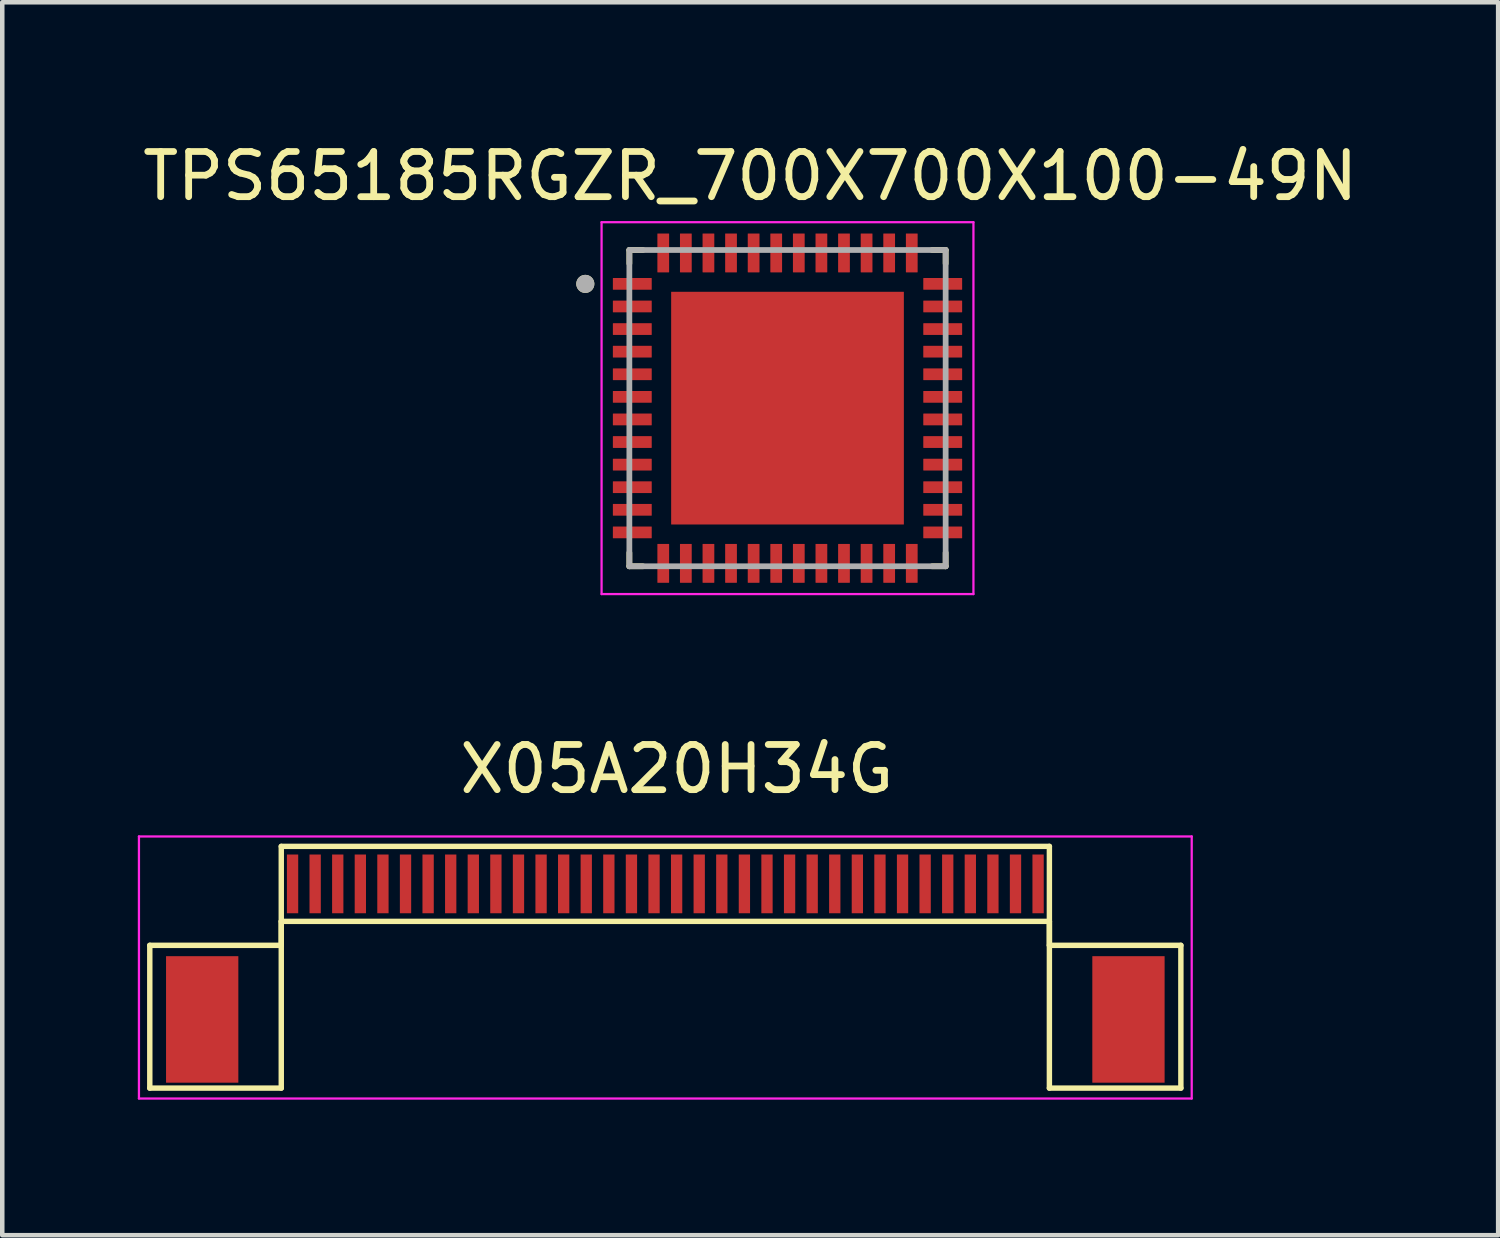
<source format=kicad_pcb>
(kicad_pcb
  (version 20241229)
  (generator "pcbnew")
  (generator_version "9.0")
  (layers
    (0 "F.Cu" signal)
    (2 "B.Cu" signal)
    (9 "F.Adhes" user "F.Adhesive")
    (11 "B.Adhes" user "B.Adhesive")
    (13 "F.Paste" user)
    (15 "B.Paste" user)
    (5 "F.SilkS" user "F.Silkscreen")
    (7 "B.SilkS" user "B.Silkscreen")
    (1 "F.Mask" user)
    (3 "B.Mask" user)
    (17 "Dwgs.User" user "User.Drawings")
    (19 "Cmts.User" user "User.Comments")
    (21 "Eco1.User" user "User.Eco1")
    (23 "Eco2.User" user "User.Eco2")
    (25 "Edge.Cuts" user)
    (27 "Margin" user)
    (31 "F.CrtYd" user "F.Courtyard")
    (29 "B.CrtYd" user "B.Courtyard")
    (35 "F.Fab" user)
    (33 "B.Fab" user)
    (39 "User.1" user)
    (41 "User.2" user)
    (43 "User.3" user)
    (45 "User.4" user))
  (footprint "X05A20H34G"
    (layer "F.Cu")
    (at 11.675 16.512)
    (property "Reference" "X05A20H34G" (at 0.254 -2.54 0) (layer "F.SilkS") (effects (font (size 1 1) (thickness 0.15))))
    (attr smd)
    (fp_line (start -11.41 1.36) (end -8.5 1.36) (stroke (width 0.12) (type solid)) (layer "F.SilkS"))
    (fp_line (start -11.41 4.52) (end -11.41 1.36) (stroke (width 0.12) (type solid)) (layer "F.SilkS"))
    (fp_line (start -8.5 -0.83) (end 8.5 -0.83) (stroke (width 0.12) (type solid)) (layer "F.SilkS"))
    (fp_line (start -8.5 0.83) (end -8.5 4.52) (stroke (width 0.12) (type solid)) (layer "F.SilkS"))
    (fp_line (start -8.5 0.83) (end 8.5 0.83) (stroke (width 0.12) (type solid)) (layer "F.SilkS"))
    (fp_line (start -8.5 1.36) (end -8.5 -0.83) (stroke (width 0.12) (type solid)) (layer "F.SilkS"))
    (fp_line (start -8.5 4.52) (end -11.41 4.52) (stroke (width 0.12) (type solid)) (layer "F.SilkS"))
    (fp_line (start 8.5 0.83) (end 8.5 4.52) (stroke (width 0.12) (type solid)) (layer "F.SilkS"))
    (fp_line (start 8.5 1.36) (end 8.5 -0.83) (stroke (width 0.12) (type solid)) (layer "F.SilkS"))
    (fp_line (start 8.5 4.52) (end 11.41 4.52) (stroke (width 0.12) (type solid)) (layer "F.SilkS"))
    (fp_line (start 11.41 1.36) (end 8.5 1.36) (stroke (width 0.12) (type solid)) (layer "F.SilkS"))
    (fp_line (start 11.41 4.52) (end 11.41 1.36) (stroke (width 0.12) (type solid)) (layer "F.SilkS"))
    (fp_line (start -11.65 -1.05) (end -11.65 4.75) (stroke (width 0.05) (type solid)) (layer "F.CrtYd"))
    (fp_line (start -11.65 -1.05) (end 11.65 -1.05) (stroke (width 0.05) (type solid)) (layer "F.CrtYd"))
    (fp_line (start -11.65 4.75) (end 11.65 4.75) (stroke (width 0.05) (type solid)) (layer "F.CrtYd"))
    (fp_line (start 11.65 -1.05) (end 11.65 4.75) (stroke (width 0.05) (type solid)) (layer "F.CrtYd"))
    (pad "0" smd rect (at -10.25 3) (size 1.6 2.8) (layers "F.Cu" "F.Mask" "F.Paste"))
    (pad "0" smd rect (at 10.25 3) (size 1.6 2.8) (layers "F.Cu" "F.Mask" "F.Paste"))
    (pad "1" smd rect (at -8.25 0) (size 0.25 1.3) (layers "F.Cu" "F.Mask" "F.Paste"))
    (pad "2" smd rect (at -7.75 0) (size 0.25 1.3) (layers "F.Cu" "F.Mask" "F.Paste"))
    (pad "3" smd rect (at -7.25 0) (size 0.25 1.3) (layers "F.Cu" "F.Mask" "F.Paste"))
    (pad "4" smd rect (at -6.75 0) (size 0.25 1.3) (layers "F.Cu" "F.Mask" "F.Paste"))
    (pad "5" smd rect (at -6.25 0) (size 0.25 1.3) (layers "F.Cu" "F.Mask" "F.Paste"))
    (pad "6" smd rect (at -5.75 0) (size 0.25 1.3) (layers "F.Cu" "F.Mask" "F.Paste"))
    (pad "7" smd rect (at -5.25 0) (size 0.25 1.3) (layers "F.Cu" "F.Mask" "F.Paste"))
    (pad "8" smd rect (at -4.75 0) (size 0.25 1.3) (layers "F.Cu" "F.Mask" "F.Paste"))
    (pad "9" smd rect (at -4.25 0) (size 0.25 1.3) (layers "F.Cu" "F.Mask" "F.Paste"))
    (pad "10" smd rect (at -3.75 0) (size 0.25 1.3) (layers "F.Cu" "F.Mask" "F.Paste"))
    (pad "11" smd rect (at -3.25 0) (size 0.25 1.3) (layers "F.Cu" "F.Mask" "F.Paste"))
    (pad "12" smd rect (at -2.75 0) (size 0.25 1.3) (layers "F.Cu" "F.Mask" "F.Paste"))
    (pad "13" smd rect (at -2.25 0) (size 0.25 1.3) (layers "F.Cu" "F.Mask" "F.Paste"))
    (pad "14" smd rect (at -1.75 0) (size 0.25 1.3) (layers "F.Cu" "F.Mask" "F.Paste"))
    (pad "15" smd rect (at -1.25 0) (size 0.25 1.3) (layers "F.Cu" "F.Mask" "F.Paste"))
    (pad "16" smd rect (at -0.75 0) (size 0.25 1.3) (layers "F.Cu" "F.Mask" "F.Paste"))
    (pad "17" smd rect (at -0.25 0) (size 0.25 1.3) (layers "F.Cu" "F.Mask" "F.Paste"))
    (pad "18" smd rect (at 0.25 0) (size 0.25 1.3) (layers "F.Cu" "F.Mask" "F.Paste"))
    (pad "19" smd rect (at 0.75 0) (size 0.25 1.3) (layers "F.Cu" "F.Mask" "F.Paste"))
    (pad "20" smd rect (at 1.25 0) (size 0.25 1.3) (layers "F.Cu" "F.Mask" "F.Paste"))
    (pad "21" smd rect (at 1.75 0) (size 0.25 1.3) (layers "F.Cu" "F.Mask" "F.Paste"))
    (pad "22" smd rect (at 2.25 0) (size 0.25 1.3) (layers "F.Cu" "F.Mask" "F.Paste"))
    (pad "23" smd rect (at 2.75 0) (size 0.25 1.3) (layers "F.Cu" "F.Mask" "F.Paste"))
    (pad "24" smd rect (at 3.25 0) (size 0.25 1.3) (layers "F.Cu" "F.Mask" "F.Paste"))
    (pad "25" smd rect (at 3.75 0) (size 0.25 1.3) (layers "F.Cu" "F.Mask" "F.Paste"))
    (pad "26" smd rect (at 4.25 0) (size 0.25 1.3) (layers "F.Cu" "F.Mask" "F.Paste"))
    (pad "27" smd rect (at 4.75 0) (size 0.25 1.3) (layers "F.Cu" "F.Mask" "F.Paste"))
    (pad "28" smd rect (at 5.25 0) (size 0.25 1.3) (layers "F.Cu" "F.Mask" "F.Paste"))
    (pad "29" smd rect (at 5.75 0) (size 0.25 1.3) (layers "F.Cu" "F.Mask" "F.Paste"))
    (pad "30" smd rect (at 6.25 0) (size 0.25 1.3) (layers "F.Cu" "F.Mask" "F.Paste"))
    (pad "31" smd rect (at 6.75 0) (size 0.25 1.3) (layers "F.Cu" "F.Mask" "F.Paste"))
    (pad "32" smd rect (at 7.25 0) (size 0.25 1.3) (layers "F.Cu" "F.Mask" "F.Paste"))
    (pad "33" smd rect (at 7.75 0) (size 0.25 1.3) (layers "F.Cu" "F.Mask" "F.Paste"))
    (pad "34" smd rect (at 8.25 0) (size 0.25 1.3) (layers "F.Cu" "F.Mask" "F.Paste")))
  (footprint "TPS65185RGZR_700X700X100-49N"
    (layer "F.Cu")
    (at 14.379 5.983)
    (property "Reference" "TPS65185RGZR_700X700X100-49N" (at -0.825 -5.135 0) (layer "F.SilkS") (effects (font (size 1 1) (thickness 0.15))))
    (attr through_hole)
    (fp_line (start -3.5 -3.5) (end -3.5 -3.2) (stroke (width 0.127) (type solid)) (layer "F.SilkS"))
    (fp_line (start -3.5 -3.5) (end -3.2 -3.5) (stroke (width 0.127) (type solid)) (layer "F.SilkS"))
    (fp_line (start -3.5 3.5) (end -3.5 3.2) (stroke (width 0.127) (type solid)) (layer "F.SilkS"))
    (fp_line (start -3.5 3.5) (end -3.2 3.5) (stroke (width 0.127) (type solid)) (layer "F.SilkS"))
    (fp_line (start 3.5 -3.5) (end 3.2 -3.5) (stroke (width 0.127) (type solid)) (layer "F.SilkS"))
    (fp_line (start 3.5 -3.5) (end 3.5 -3.2) (stroke (width 0.127) (type solid)) (layer "F.SilkS"))
    (fp_line (start 3.5 3.5) (end 3.2 3.5) (stroke (width 0.127) (type solid)) (layer "F.SilkS"))
    (fp_line (start 3.5 3.5) (end 3.5 3.2) (stroke (width 0.127) (type solid)) (layer "F.SilkS"))
    (fp_circle (center -4.475 -2.75) (end -4.375 -2.75) (stroke (width 0.2) (type solid)) (fill no) (layer "F.SilkS"))
    (fp_poly (pts (xy -2.1 -2.1) (xy -0.48 -2.1) (xy -0.48 -0.48) (xy -2.1 -0.48)) (stroke (width 0.01) (type solid)) (fill yes) (layer "F.Paste"))
    (fp_poly (pts (xy -2.1 0.48) (xy -0.48 0.48) (xy -0.48 2.1) (xy -2.1 2.1)) (stroke (width 0.01) (type solid)) (fill yes) (layer "F.Paste"))
    (fp_poly (pts (xy 0.48 -2.1) (xy 2.1 -2.1) (xy 2.1 -0.48) (xy 0.48 -0.48)) (stroke (width 0.01) (type solid)) (fill yes) (layer "F.Paste"))
    (fp_poly (pts (xy 0.48 0.48) (xy 2.1 0.48) (xy 2.1 2.1) (xy 0.48 2.1)) (stroke (width 0.01) (type solid)) (fill yes) (layer "F.Paste"))
    (fp_line (start -4.115 -4.115) (end 4.115 -4.115) (stroke (width 0.05) (type solid)) (layer "F.CrtYd"))
    (fp_line (start -4.115 4.115) (end -4.115 -4.115) (stroke (width 0.05) (type solid)) (layer "F.CrtYd"))
    (fp_line (start -4.115 4.115) (end 4.115 4.115) (stroke (width 0.05) (type solid)) (layer "F.CrtYd"))
    (fp_line (start 4.115 4.115) (end 4.115 -4.115) (stroke (width 0.05) (type solid)) (layer "F.CrtYd"))
    (fp_line (start -3.5 3.5) (end -3.5 -3.5) (stroke (width 0.127) (type solid)) (layer "F.Fab"))
    (fp_line (start 3.5 -3.5) (end -3.5 -3.5) (stroke (width 0.127) (type solid)) (layer "F.Fab"))
    (fp_line (start 3.5 3.5) (end -3.5 3.5) (stroke (width 0.127) (type solid)) (layer "F.Fab"))
    (fp_line (start 3.5 3.5) (end 3.5 -3.5) (stroke (width 0.127) (type solid)) (layer "F.Fab"))
    (fp_circle (center -4.475 -2.75) (end -4.375 -2.75) (stroke (width 0.2) (type solid)) (fill no) (layer "F.Fab"))
    (pad "1" smd roundrect (at -3.435 -2.75) (size 0.86 0.26) (layers "F.Cu" "F.Mask" "F.Paste") (roundrect_rratio 0.03))
    (pad "2" smd roundrect (at -3.435 -2.25) (size 0.86 0.26) (layers "F.Cu" "F.Mask" "F.Paste") (roundrect_rratio 0.03))
    (pad "3" smd roundrect (at -3.435 -1.75) (size 0.86 0.26) (layers "F.Cu" "F.Mask" "F.Paste") (roundrect_rratio 0.03))
    (pad "4" smd roundrect (at -3.435 -1.25) (size 0.86 0.26) (layers "F.Cu" "F.Mask" "F.Paste") (roundrect_rratio 0.03))
    (pad "5" smd roundrect (at -3.435 -0.75) (size 0.86 0.26) (layers "F.Cu" "F.Mask" "F.Paste") (roundrect_rratio 0.03))
    (pad "6" smd roundrect (at -3.435 -0.25) (size 0.86 0.26) (layers "F.Cu" "F.Mask" "F.Paste") (roundrect_rratio 0.03))
    (pad "7" smd roundrect (at -3.435 0.25) (size 0.86 0.26) (layers "F.Cu" "F.Mask" "F.Paste") (roundrect_rratio 0.03))
    (pad "8" smd roundrect (at -3.435 0.75) (size 0.86 0.26) (layers "F.Cu" "F.Mask" "F.Paste") (roundrect_rratio 0.03))
    (pad "9" smd roundrect (at -3.435 1.25) (size 0.86 0.26) (layers "F.Cu" "F.Mask" "F.Paste") (roundrect_rratio 0.03))
    (pad "10" smd roundrect (at -3.435 1.75) (size 0.86 0.26) (layers "F.Cu" "F.Mask" "F.Paste") (roundrect_rratio 0.03))
    (pad "11" smd roundrect (at -3.435 2.25) (size 0.86 0.26) (layers "F.Cu" "F.Mask" "F.Paste") (roundrect_rratio 0.03))
    (pad "12" smd roundrect (at -3.435 2.75) (size 0.86 0.26) (layers "F.Cu" "F.Mask" "F.Paste") (roundrect_rratio 0.03))
    (pad "13" smd roundrect (at -2.75 3.435 90) (size 0.86 0.26) (layers "F.Cu" "F.Mask" "F.Paste") (roundrect_rratio 0.03))
    (pad "14" smd roundrect (at -2.25 3.435 90) (size 0.86 0.26) (layers "F.Cu" "F.Mask" "F.Paste") (roundrect_rratio 0.03))
    (pad "15" smd roundrect (at -1.75 3.435 90) (size 0.86 0.26) (layers "F.Cu" "F.Mask" "F.Paste") (roundrect_rratio 0.03))
    (pad "16" smd roundrect (at -1.25 3.435 90) (size 0.86 0.26) (layers "F.Cu" "F.Mask" "F.Paste") (roundrect_rratio 0.03))
    (pad "17" smd roundrect (at -0.75 3.435 90) (size 0.86 0.26) (layers "F.Cu" "F.Mask" "F.Paste") (roundrect_rratio 0.03))
    (pad "18" smd roundrect (at -0.25 3.435 90) (size 0.86 0.26) (layers "F.Cu" "F.Mask" "F.Paste") (roundrect_rratio 0.03))
    (pad "19" smd roundrect (at 0.25 3.435 90) (size 0.86 0.26) (layers "F.Cu" "F.Mask" "F.Paste") (roundrect_rratio 0.03))
    (pad "20" smd roundrect (at 0.75 3.435 90) (size 0.86 0.26) (layers "F.Cu" "F.Mask" "F.Paste") (roundrect_rratio 0.03))
    (pad "21" smd roundrect (at 1.25 3.435 90) (size 0.86 0.26) (layers "F.Cu" "F.Mask" "F.Paste") (roundrect_rratio 0.03))
    (pad "22" smd roundrect (at 1.75 3.435 90) (size 0.86 0.26) (layers "F.Cu" "F.Mask" "F.Paste") (roundrect_rratio 0.03))
    (pad "23" smd roundrect (at 2.25 3.435 90) (size 0.86 0.26) (layers "F.Cu" "F.Mask" "F.Paste") (roundrect_rratio 0.03))
    (pad "24" smd roundrect (at 2.75 3.435 90) (size 0.86 0.26) (layers "F.Cu" "F.Mask" "F.Paste") (roundrect_rratio 0.03))
    (pad "25" smd roundrect (at 3.435 2.75) (size 0.86 0.26) (layers "F.Cu" "F.Mask" "F.Paste") (roundrect_rratio 0.03))
    (pad "26" smd roundrect (at 3.435 2.25) (size 0.86 0.26) (layers "F.Cu" "F.Mask" "F.Paste") (roundrect_rratio 0.03))
    (pad "27" smd roundrect (at 3.435 1.75) (size 0.86 0.26) (layers "F.Cu" "F.Mask" "F.Paste") (roundrect_rratio 0.03))
    (pad "28" smd roundrect (at 3.435 1.25) (size 0.86 0.26) (layers "F.Cu" "F.Mask" "F.Paste") (roundrect_rratio 0.03))
    (pad "29" smd roundrect (at 3.435 0.75) (size 0.86 0.26) (layers "F.Cu" "F.Mask" "F.Paste") (roundrect_rratio 0.03))
    (pad "30" smd roundrect (at 3.435 0.25) (size 0.86 0.26) (layers "F.Cu" "F.Mask" "F.Paste") (roundrect_rratio 0.03))
    (pad "31" smd roundrect (at 3.435 -0.25) (size 0.86 0.26) (layers "F.Cu" "F.Mask" "F.Paste") (roundrect_rratio 0.03))
    (pad "32" smd roundrect (at 3.435 -0.75) (size 0.86 0.26) (layers "F.Cu" "F.Mask" "F.Paste") (roundrect_rratio 0.03))
    (pad "33" smd roundrect (at 3.435 -1.25) (size 0.86 0.26) (layers "F.Cu" "F.Mask" "F.Paste") (roundrect_rratio 0.03))
    (pad "34" smd roundrect (at 3.435 -1.75) (size 0.86 0.26) (layers "F.Cu" "F.Mask" "F.Paste") (roundrect_rratio 0.03))
    (pad "35" smd roundrect (at 3.435 -2.25) (size 0.86 0.26) (layers "F.Cu" "F.Mask" "F.Paste") (roundrect_rratio 0.03))
    (pad "36" smd roundrect (at 3.435 -2.75) (size 0.86 0.26) (layers "F.Cu" "F.Mask" "F.Paste") (roundrect_rratio 0.03))
    (pad "37" smd roundrect (at 2.75 -3.435 90) (size 0.86 0.26) (layers "F.Cu" "F.Mask" "F.Paste") (roundrect_rratio 0.03))
    (pad "38" smd roundrect (at 2.25 -3.435 90) (size 0.86 0.26) (layers "F.Cu" "F.Mask" "F.Paste") (roundrect_rratio 0.03))
    (pad "39" smd roundrect (at 1.75 -3.435 90) (size 0.86 0.26) (layers "F.Cu" "F.Mask" "F.Paste") (roundrect_rratio 0.03))
    (pad "40" smd roundrect (at 1.25 -3.435 90) (size 0.86 0.26) (layers "F.Cu" "F.Mask" "F.Paste") (roundrect_rratio 0.03))
    (pad "41" smd roundrect (at 0.75 -3.435 90) (size 0.86 0.26) (layers "F.Cu" "F.Mask" "F.Paste") (roundrect_rratio 0.03))
    (pad "42" smd roundrect (at 0.25 -3.435 90) (size 0.86 0.26) (layers "F.Cu" "F.Mask" "F.Paste") (roundrect_rratio 0.03))
    (pad "43" smd roundrect (at -0.25 -3.435 90) (size 0.86 0.26) (layers "F.Cu" "F.Mask" "F.Paste") (roundrect_rratio 0.03))
    (pad "44" smd roundrect (at -0.75 -3.435 90) (size 0.86 0.26) (layers "F.Cu" "F.Mask" "F.Paste") (roundrect_rratio 0.03))
    (pad "45" smd roundrect (at -1.25 -3.435 90) (size 0.86 0.26) (layers "F.Cu" "F.Mask" "F.Paste") (roundrect_rratio 0.03))
    (pad "46" smd roundrect (at -1.75 -3.435 90) (size 0.86 0.26) (layers "F.Cu" "F.Mask" "F.Paste") (roundrect_rratio 0.03))
    (pad "47" smd roundrect (at -2.25 -3.435 90) (size 0.86 0.26) (layers "F.Cu" "F.Mask" "F.Paste") (roundrect_rratio 0.03))
    (pad "48" smd roundrect (at -2.75 -3.435 90) (size 0.86 0.26) (layers "F.Cu" "F.Mask" "F.Paste") (roundrect_rratio 0.03))
    (pad "49" smd rect (at 0 0) (size 5.15 5.15) (layers "F.Cu" "F.Mask")))
  (gr_rect
    (start -3 -3)
    (end 30.107 24.287)
    (stroke (width 0.1) (type default))
    (fill no)
    (layer "Edge.Cuts")))
</source>
